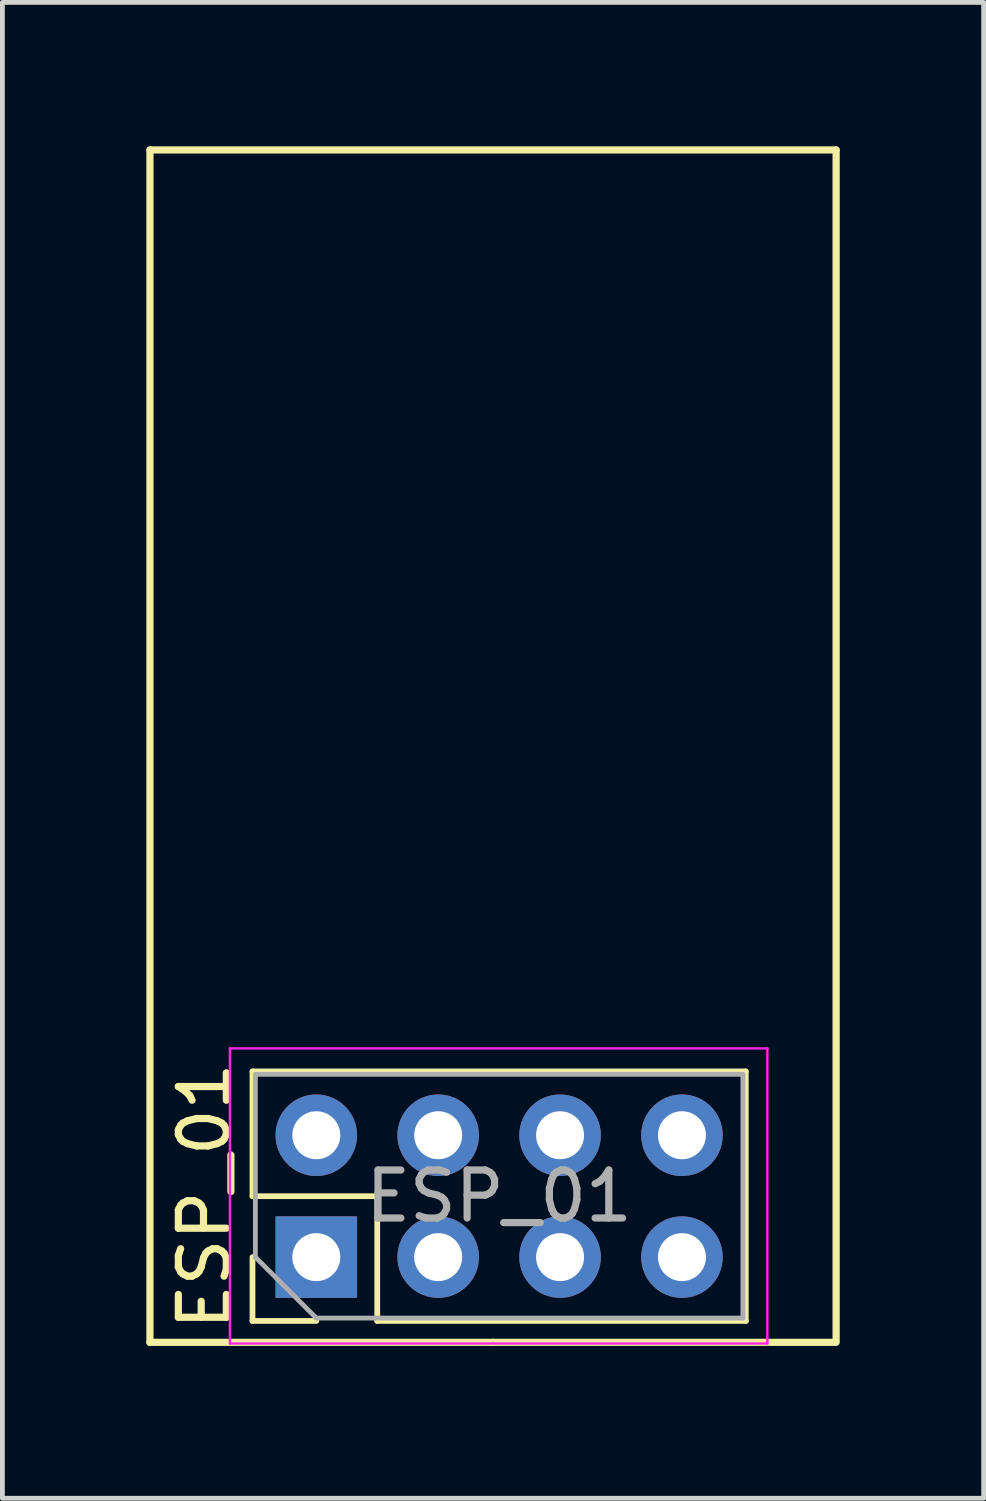
<source format=kicad_pcb>
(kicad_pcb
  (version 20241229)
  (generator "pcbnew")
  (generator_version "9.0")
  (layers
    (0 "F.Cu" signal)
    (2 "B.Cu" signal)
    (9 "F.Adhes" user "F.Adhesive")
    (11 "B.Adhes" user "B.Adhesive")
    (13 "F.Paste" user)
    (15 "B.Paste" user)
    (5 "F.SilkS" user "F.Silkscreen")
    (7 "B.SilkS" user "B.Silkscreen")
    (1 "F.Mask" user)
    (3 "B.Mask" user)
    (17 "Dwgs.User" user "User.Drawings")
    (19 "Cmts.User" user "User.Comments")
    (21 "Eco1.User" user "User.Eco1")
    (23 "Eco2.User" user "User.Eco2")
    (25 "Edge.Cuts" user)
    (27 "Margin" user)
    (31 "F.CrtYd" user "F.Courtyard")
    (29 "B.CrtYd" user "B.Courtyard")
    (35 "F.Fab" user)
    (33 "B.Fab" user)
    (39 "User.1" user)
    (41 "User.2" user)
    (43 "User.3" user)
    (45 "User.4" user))
  (footprint "ESP_01"
    (layer "F.Cu")
    (at 7.225 24.925)
    (property "Reference" "ESP_01" (at -6.013 -3.046 90) (layer "F.SilkS") (effects (font (size 1 1) (thickness 0.15))))
    (attr through_hole)
    (fp_line (start -7.15 -24.85) (end -7.15 0) (stroke (width 0.15) (type solid)) (layer "F.SilkS"))
    (fp_line (start -7.15 0) (end 0 0) (stroke (width 0.15) (type solid)) (layer "F.SilkS"))
    (fp_line (start -5.013 -5.646) (end 5.267 -5.646) (stroke (width 0.12) (type solid)) (layer "F.SilkS"))
    (fp_line (start -5.013 -3.046) (end -5.013 -5.646) (stroke (width 0.12) (type solid)) (layer "F.SilkS"))
    (fp_line (start -5.013 -0.446) (end -5.013 -1.776) (stroke (width 0.12) (type solid)) (layer "F.SilkS"))
    (fp_line (start -3.683 -0.446) (end -5.013 -0.446) (stroke (width 0.12) (type solid)) (layer "F.SilkS"))
    (fp_line (start -2.413 -3.046) (end -5.013 -3.046) (stroke (width 0.12) (type solid)) (layer "F.SilkS"))
    (fp_line (start -2.413 -0.446) (end -2.413 -3.046) (stroke (width 0.12) (type solid)) (layer "F.SilkS"))
    (fp_line (start -2.413 -0.446) (end 5.267 -0.446) (stroke (width 0.12) (type solid)) (layer "F.SilkS"))
    (fp_line (start 0 0) (end 7.15 0) (stroke (width 0.15) (type solid)) (layer "F.SilkS"))
    (fp_line (start 5.267 -0.446) (end 5.267 -5.646) (stroke (width 0.12) (type solid)) (layer "F.SilkS"))
    (fp_line (start 7.15 -24.85) (end -7.15 -24.85) (stroke (width 0.15) (type solid)) (layer "F.SilkS"))
    (fp_line (start 7.15 -0.05) (end 7.15 -24.85) (stroke (width 0.15) (type solid)) (layer "F.SilkS"))
    (fp_line (start -5.483 -6.126) (end -5.483 0.024) (stroke (width 0.05) (type solid)) (layer "F.CrtYd"))
    (fp_line (start -5.483 0.024) (end 5.717 0.024) (stroke (width 0.05) (type solid)) (layer "F.CrtYd"))
    (fp_line (start 5.717 -6.126) (end -5.483 -6.126) (stroke (width 0.05) (type solid)) (layer "F.CrtYd"))
    (fp_line (start 5.717 0.024) (end 5.717 -6.126) (stroke (width 0.05) (type solid)) (layer "F.CrtYd"))
    (fp_line (start -4.953 -5.586) (end 5.207 -5.586) (stroke (width 0.1) (type solid)) (layer "F.Fab"))
    (fp_line (start -4.953 -1.776) (end -4.953 -5.586) (stroke (width 0.1) (type solid)) (layer "F.Fab"))
    (fp_line (start -3.683 -0.506) (end -4.953 -1.776) (stroke (width 0.1) (type solid)) (layer "F.Fab"))
    (fp_line (start 5.207 -5.586) (end 5.207 -0.506) (stroke (width 0.1) (type solid)) (layer "F.Fab"))
    (fp_line (start 5.207 -0.506) (end -3.683 -0.506) (stroke (width 0.1) (type solid)) (layer "F.Fab"))
    (fp_text user "${REFERENCE}" (at 0.127 -3.046 180) (layer "F.Fab") (effects (font (size 1 1) (thickness 0.15))))
    (pad "1" thru_hole rect (at -3.683 -1.776 90) (size 1.7 1.7) (drill 1) (layers "*.Cu" "*.Mask"))
    (pad "2" thru_hole oval (at -3.683 -4.316 90) (size 1.7 1.7) (drill 1) (layers "*.Cu" "*.Mask"))
    (pad "3" thru_hole oval (at -1.143 -1.776 90) (size 1.7 1.7) (drill 1) (layers "*.Cu" "*.Mask"))
    (pad "4" thru_hole oval (at -1.143 -4.316 90) (size 1.7 1.7) (drill 1) (layers "*.Cu" "*.Mask"))
    (pad "5" thru_hole oval (at 1.397 -1.776 90) (size 1.7 1.7) (drill 1) (layers "*.Cu" "*.Mask"))
    (pad "6" thru_hole oval (at 1.397 -4.316 90) (size 1.7 1.7) (drill 1) (layers "*.Cu" "*.Mask"))
    (pad "7" thru_hole oval (at 3.937 -1.776 90) (size 1.7 1.7) (drill 1) (layers "*.Cu" "*.Mask"))
    (pad "8" thru_hole oval (at 3.937 -4.316 90) (size 1.7 1.7) (drill 1) (layers "*.Cu" "*.Mask")))
  (gr_rect
    (start -3 -3)
    (end 17.45 28.175)
    (stroke (width 0.1) (type default))
    (fill no)
    (layer "Edge.Cuts")))
</source>
